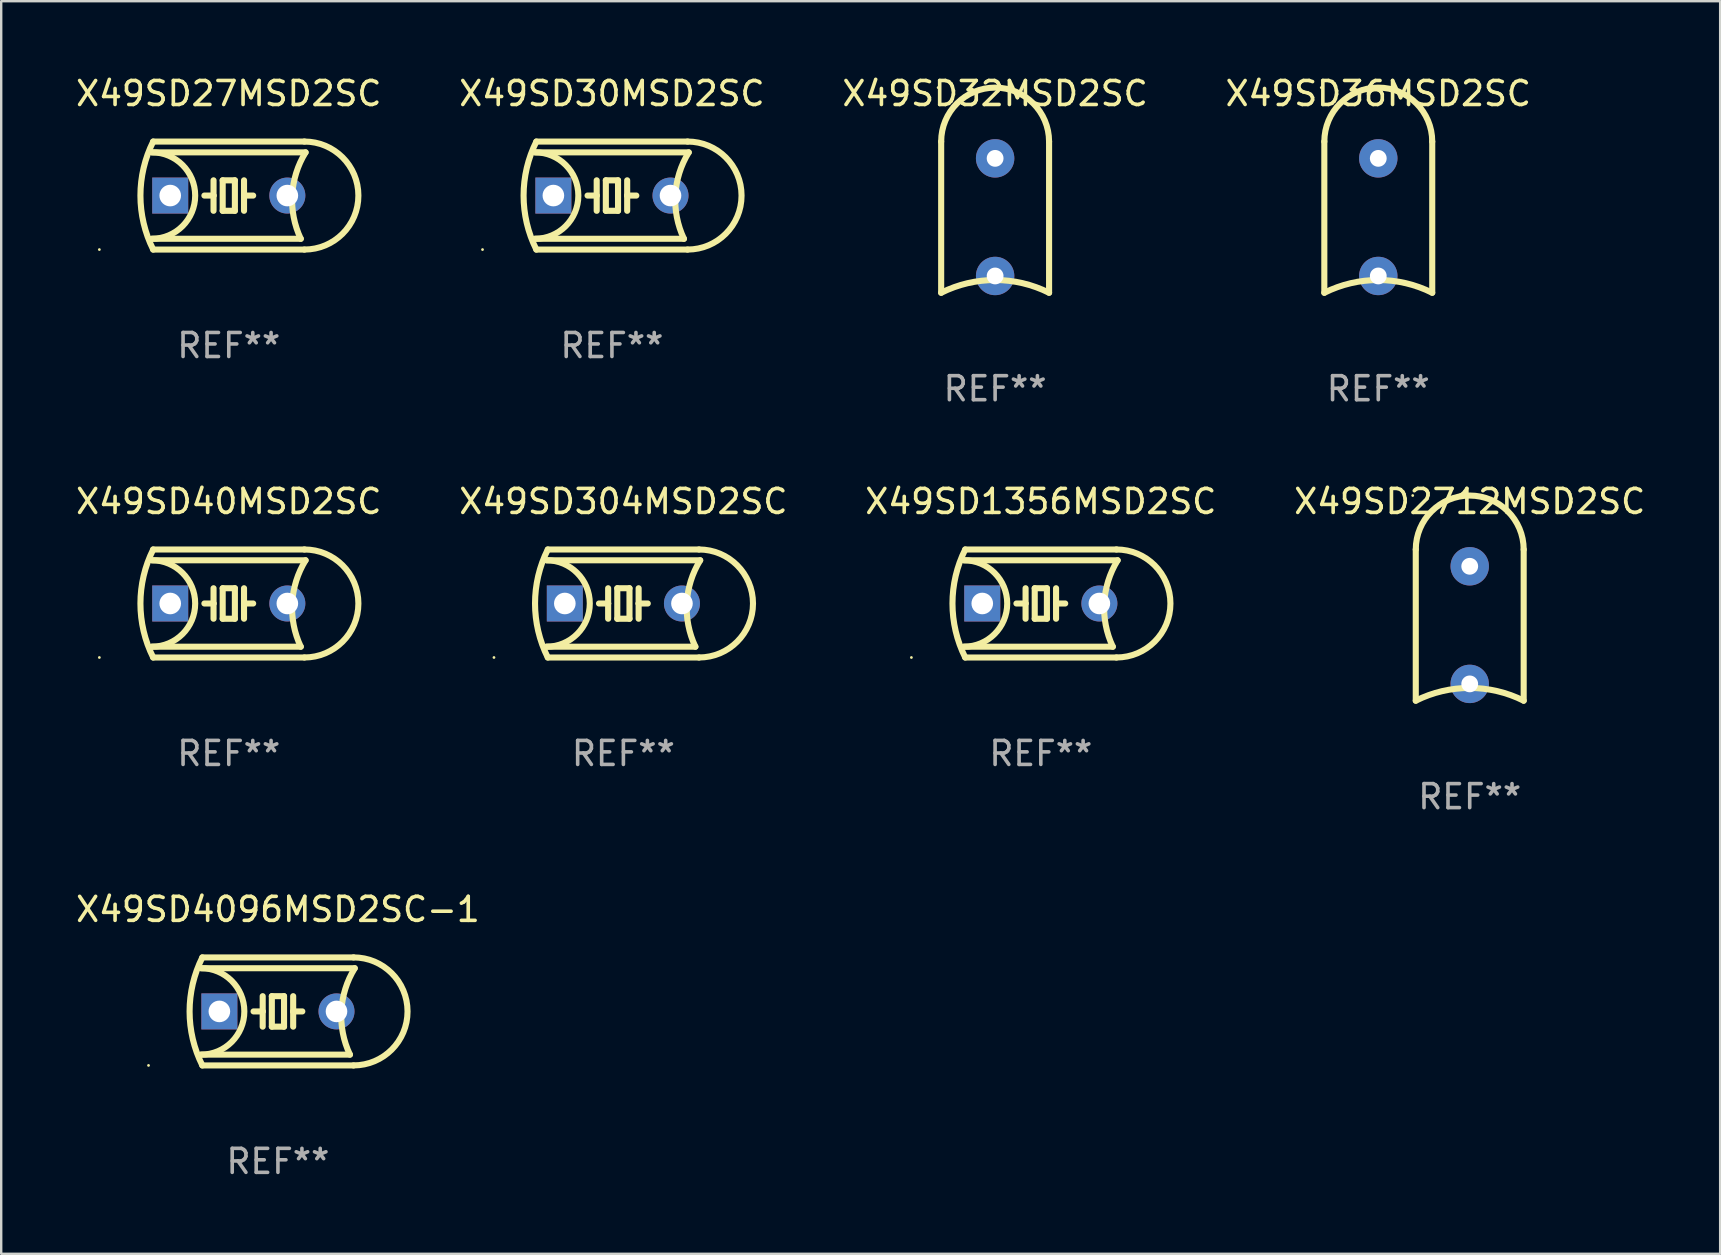
<source format=kicad_pcb>
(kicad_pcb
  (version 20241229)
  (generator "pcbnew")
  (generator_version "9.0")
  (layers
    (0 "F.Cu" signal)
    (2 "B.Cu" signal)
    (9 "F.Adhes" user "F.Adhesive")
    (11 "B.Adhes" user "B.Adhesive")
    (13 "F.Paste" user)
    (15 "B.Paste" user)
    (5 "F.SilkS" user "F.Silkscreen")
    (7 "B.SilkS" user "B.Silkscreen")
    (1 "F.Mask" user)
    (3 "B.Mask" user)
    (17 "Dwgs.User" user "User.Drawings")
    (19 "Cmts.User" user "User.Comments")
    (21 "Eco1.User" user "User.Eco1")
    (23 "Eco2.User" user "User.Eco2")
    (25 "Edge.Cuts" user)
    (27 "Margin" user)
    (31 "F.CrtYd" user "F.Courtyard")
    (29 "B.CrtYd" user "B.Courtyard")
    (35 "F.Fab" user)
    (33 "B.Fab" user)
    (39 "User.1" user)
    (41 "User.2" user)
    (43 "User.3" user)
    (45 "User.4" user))
  (footprint "X49SD304MSD2SC"
    (layer "F.Cu")
    (at 22.923 22.094)
    (property "Reference" "X49SD304MSD2SC" (at 0 -4.25 0) (layer "F.SilkS") (effects (font (size 1 1) (thickness 0.15))))
    (attr through_hole)
    (fp_line (start -3.2 -1.8) (end 3.2 -1.8) (stroke (width 0.254) (type solid)) (layer "F.SilkS"))
    (fp_line (start -3.15 2.25) (end 3.15 2.25) (stroke (width 0.254) (type solid)) (layer "F.SilkS"))
    (fp_line (start -0.635 -0.635) (end -0.635 0) (stroke (width 0.254) (type solid)) (layer "F.SilkS"))
    (fp_line (start -0.635 0) (end -1.016 0) (stroke (width 0.254) (type solid)) (layer "F.SilkS"))
    (fp_line (start -0.635 0) (end -0.635 0.635) (stroke (width 0.254) (type solid)) (layer "F.SilkS"))
    (fp_line (start -0.254 -0.635) (end -0.254 0.635) (stroke (width 0.254) (type solid)) (layer "F.SilkS"))
    (fp_line (start -0.254 0.635) (end 0.254 0.635) (stroke (width 0.254) (type solid)) (layer "F.SilkS"))
    (fp_line (start 0.254 -0.635) (end -0.254 -0.635) (stroke (width 0.254) (type solid)) (layer "F.SilkS"))
    (fp_line (start 0.254 0.635) (end 0.254 -0.635) (stroke (width 0.254) (type solid)) (layer "F.SilkS"))
    (fp_line (start 0.635 -0.635) (end 0.635 0) (stroke (width 0.254) (type solid)) (layer "F.SilkS"))
    (fp_line (start 0.635 0) (end 0.635 0.635) (stroke (width 0.254) (type solid)) (layer "F.SilkS"))
    (fp_line (start 0.635 0) (end 1.016 0) (stroke (width 0.254) (type solid)) (layer "F.SilkS"))
    (fp_line (start 3 1.8) (end -3.2 1.8) (stroke (width 0.254) (type solid)) (layer "F.SilkS"))
    (fp_line (start 3.15 -2.25) (end -3.15 -2.25) (stroke (width 0.254) (type solid)) (layer "F.SilkS"))
    (fp_arc (start -3.200406 -1.800864) (mid -1.399974 -0.000635) (end -3.2 1.8) (stroke (width 0.254001) (type solid)) (layer "F.SilkS"))
    (fp_arc (start -3.149606 2.250444) (mid -3.680941 0.000261) (end -3.149987 -2.250013) (stroke (width 0.254001) (type solid)) (layer "F.SilkS"))
    (fp_arc (start 2.999746 1.800863) (mid 2.642982 -0.024977) (end 3.2 -1.8) (stroke (width 0.254001) (type solid)) (layer "F.SilkS"))
    (fp_arc (start 3.149607 -2.250445) (mid 5.399848 -0.000406) (end 3.149987 2.250013) (stroke (width 0.254001) (type solid)) (layer "F.SilkS"))
    (fp_circle (center -5.392 2.25) (end -5.362 2.25) (stroke (width 0.06) (type solid)) (fill no) (layer "F.SilkS"))
    (fp_text user "REF**" (at 0 6.25 0) (layer "F.Fab") (effects (font (size 1 1) (thickness 0.15))))
    (pad "1" thru_hole rect (at -2.44 0) (size 1.5 1.5) (drill 0.9) (layers "*.Cu" "*.Mask"))
    (pad "2" thru_hole circle (at 2.44 0) (size 1.5 1.5) (drill 0.9) (layers "*.Cu" "*.Mask")))
  (footprint "X49SD4096MSD2SC-1"
    (layer "F.Cu")
    (at 8.53 39.09)
    (property "Reference" "X49SD4096MSD2SC-1" (at 0 -4.25 0) (layer "F.SilkS") (effects (font (size 1 1) (thickness 0.15))))
    (attr through_hole)
    (fp_line (start -3.2 -1.8) (end 3.2 -1.8) (stroke (width 0.254) (type solid)) (layer "F.SilkS"))
    (fp_line (start -3.15 2.25) (end 3.15 2.25) (stroke (width 0.254) (type solid)) (layer "F.SilkS"))
    (fp_line (start -0.635 -0.635) (end -0.635 0) (stroke (width 0.254) (type solid)) (layer "F.SilkS"))
    (fp_line (start -0.635 0) (end -1.016 0) (stroke (width 0.254) (type solid)) (layer "F.SilkS"))
    (fp_line (start -0.635 0) (end -0.635 0.635) (stroke (width 0.254) (type solid)) (layer "F.SilkS"))
    (fp_line (start -0.254 -0.635) (end -0.254 0.635) (stroke (width 0.254) (type solid)) (layer "F.SilkS"))
    (fp_line (start -0.254 0.635) (end 0.254 0.635) (stroke (width 0.254) (type solid)) (layer "F.SilkS"))
    (fp_line (start 0.254 -0.635) (end -0.254 -0.635) (stroke (width 0.254) (type solid)) (layer "F.SilkS"))
    (fp_line (start 0.254 0.635) (end 0.254 -0.635) (stroke (width 0.254) (type solid)) (layer "F.SilkS"))
    (fp_line (start 0.635 -0.635) (end 0.635 0) (stroke (width 0.254) (type solid)) (layer "F.SilkS"))
    (fp_line (start 0.635 0) (end 0.635 0.635) (stroke (width 0.254) (type solid)) (layer "F.SilkS"))
    (fp_line (start 0.635 0) (end 1.016 0) (stroke (width 0.254) (type solid)) (layer "F.SilkS"))
    (fp_line (start 3 1.8) (end -3.2 1.8) (stroke (width 0.254) (type solid)) (layer "F.SilkS"))
    (fp_line (start 3.15 -2.25) (end -3.15 -2.25) (stroke (width 0.254) (type solid)) (layer "F.SilkS"))
    (fp_arc (start -3.200406 -1.800864) (mid -1.399974 -0.000635) (end -3.2 1.8) (stroke (width 0.254001) (type solid)) (layer "F.SilkS"))
    (fp_arc (start -3.149606 2.250444) (mid -3.680941 0.000261) (end -3.149987 -2.250013) (stroke (width 0.254001) (type solid)) (layer "F.SilkS"))
    (fp_arc (start 2.999746 1.800863) (mid 2.642982 -0.024977) (end 3.2 -1.8) (stroke (width 0.254001) (type solid)) (layer "F.SilkS"))
    (fp_arc (start 3.149607 -2.250445) (mid 5.399848 -0.000406) (end 3.149987 2.250013) (stroke (width 0.254001) (type solid)) (layer "F.SilkS"))
    (fp_circle (center -5.392 2.25) (end -5.362 2.25) (stroke (width 0.06) (type solid)) (fill no) (layer "F.SilkS"))
    (fp_text user "REF**" (at 0 6.25 0) (layer "F.Fab") (effects (font (size 1 1) (thickness 0.15))))
    (pad "1" thru_hole rect (at -2.44 0) (size 1.5 1.5) (drill 0.9) (layers "*.Cu" "*.Mask"))
    (pad "2" thru_hole circle (at 2.44 0) (size 1.5 1.5) (drill 0.9) (layers "*.Cu" "*.Mask")))
  (footprint "X49SD40MSD2SC"
    (layer "F.Cu")
    (at 6.482 22.094)
    (property "Reference" "X49SD40MSD2SC" (at 0 -4.25 0) (layer "F.SilkS") (effects (font (size 1 1) (thickness 0.15))))
    (attr through_hole)
    (fp_line (start -3.2 -1.8) (end 3.2 -1.8) (stroke (width 0.254) (type solid)) (layer "F.SilkS"))
    (fp_line (start -3.15 2.25) (end 3.15 2.25) (stroke (width 0.254) (type solid)) (layer "F.SilkS"))
    (fp_line (start -0.635 -0.635) (end -0.635 0) (stroke (width 0.254) (type solid)) (layer "F.SilkS"))
    (fp_line (start -0.635 0) (end -1.016 0) (stroke (width 0.254) (type solid)) (layer "F.SilkS"))
    (fp_line (start -0.635 0) (end -0.635 0.635) (stroke (width 0.254) (type solid)) (layer "F.SilkS"))
    (fp_line (start -0.254 -0.635) (end -0.254 0.635) (stroke (width 0.254) (type solid)) (layer "F.SilkS"))
    (fp_line (start -0.254 0.635) (end 0.254 0.635) (stroke (width 0.254) (type solid)) (layer "F.SilkS"))
    (fp_line (start 0.254 -0.635) (end -0.254 -0.635) (stroke (width 0.254) (type solid)) (layer "F.SilkS"))
    (fp_line (start 0.254 0.635) (end 0.254 -0.635) (stroke (width 0.254) (type solid)) (layer "F.SilkS"))
    (fp_line (start 0.635 -0.635) (end 0.635 0) (stroke (width 0.254) (type solid)) (layer "F.SilkS"))
    (fp_line (start 0.635 0) (end 0.635 0.635) (stroke (width 0.254) (type solid)) (layer "F.SilkS"))
    (fp_line (start 0.635 0) (end 1.016 0) (stroke (width 0.254) (type solid)) (layer "F.SilkS"))
    (fp_line (start 3 1.8) (end -3.2 1.8) (stroke (width 0.254) (type solid)) (layer "F.SilkS"))
    (fp_line (start 3.15 -2.25) (end -3.15 -2.25) (stroke (width 0.254) (type solid)) (layer "F.SilkS"))
    (fp_arc (start -3.200406 -1.800864) (mid -1.399974 -0.000635) (end -3.2 1.8) (stroke (width 0.254001) (type solid)) (layer "F.SilkS"))
    (fp_arc (start -3.149606 2.250444) (mid -3.680941 0.000261) (end -3.149987 -2.250013) (stroke (width 0.254001) (type solid)) (layer "F.SilkS"))
    (fp_arc (start 2.999746 1.800863) (mid 2.642982 -0.024977) (end 3.2 -1.8) (stroke (width 0.254001) (type solid)) (layer "F.SilkS"))
    (fp_arc (start 3.149607 -2.250445) (mid 5.399848 -0.000406) (end 3.149987 2.250013) (stroke (width 0.254001) (type solid)) (layer "F.SilkS"))
    (fp_circle (center -5.392 2.25) (end -5.362 2.25) (stroke (width 0.06) (type solid)) (fill no) (layer "F.SilkS"))
    (fp_text user "REF**" (at 0 6.25 0) (layer "F.Fab") (effects (font (size 1 1) (thickness 0.15))))
    (pad "1" thru_hole rect (at -2.44 0) (size 1.5 1.5) (drill 0.9) (layers "*.Cu" "*.Mask"))
    (pad "2" thru_hole circle (at 2.44 0) (size 1.5 1.5) (drill 0.9) (layers "*.Cu" "*.Mask")))
  (footprint "X49SD36MSD2SC"
    (layer "F.Cu")
    (at 54.375 5.998)
    (property "Reference" "X49SD36MSD2SC" (at 0 -5.15 0) (layer "F.SilkS") (effects (font (size 1 1) (thickness 0.15))))
    (attr through_hole)
    (fp_line (start -2.248 3.15) (end -2.248 -3.15) (stroke (width 0.254) (type solid)) (layer "F.SilkS"))
    (fp_line (start 2.248 3.15) (end 2.248 -3.15) (stroke (width 0.254) (type solid)) (layer "F.SilkS"))
    (fp_arc (start -2.247904 -3.149606) (mid 0 -5.39751) (end 2.247904 -3.149606) (stroke (width 0.254001) (type solid)) (layer "F.SilkS"))
    (fp_arc (start -2.247904 3.149606) (mid 0 2.618948) (end 2.247905 3.149606) (stroke (width 0.254001) (type solid)) (layer "F.SilkS"))
    (fp_circle (center -2.375 -5.398) (end -2.345 -5.398) (stroke (width 0.06) (type solid)) (fill no) (layer "F.SilkS"))
    (fp_text user "REF**" (at 0 7.15 0) (layer "F.Fab") (effects (font (size 1 1) (thickness 0.15))))
    (pad "1" thru_hole circle (at 0 -2.45) (size 1.6 1.6) (drill 0.7) (layers "*.Cu" "*.Mask"))
    (pad "2" thru_hole circle (at 0 2.45) (size 1.6 1.6) (drill 0.7) (layers "*.Cu" "*.Mask")))
  (footprint "X49SD2712MSD2SC"
    (layer "F.Cu")
    (at 58.185 22.994)
    (property "Reference" "X49SD2712MSD2SC" (at 0 -5.15 0) (layer "F.SilkS") (effects (font (size 1 1) (thickness 0.15))))
    (attr through_hole)
    (fp_line (start -2.248 3.15) (end -2.248 -3.15) (stroke (width 0.254) (type solid)) (layer "F.SilkS"))
    (fp_line (start 2.248 3.15) (end 2.248 -3.15) (stroke (width 0.254) (type solid)) (layer "F.SilkS"))
    (fp_arc (start -2.247904 -3.149606) (mid 0 -5.39751) (end 2.247904 -3.149606) (stroke (width 0.254001) (type solid)) (layer "F.SilkS"))
    (fp_arc (start -2.247904 3.149606) (mid 0 2.618948) (end 2.247905 3.149606) (stroke (width 0.254001) (type solid)) (layer "F.SilkS"))
    (fp_circle (center -2.375 -5.398) (end -2.345 -5.398) (stroke (width 0.06) (type solid)) (fill no) (layer "F.SilkS"))
    (fp_text user "REF**" (at 0 7.15 0) (layer "F.Fab") (effects (font (size 1 1) (thickness 0.15))))
    (pad "1" thru_hole circle (at 0 -2.45) (size 1.6 1.6) (drill 0.7) (layers "*.Cu" "*.Mask"))
    (pad "2" thru_hole circle (at 0 2.45) (size 1.6 1.6) (drill 0.7) (layers "*.Cu" "*.Mask")))
  (footprint "X49SD27MSD2SC"
    (layer "F.Cu")
    (at 6.482 5.098)
    (property "Reference" "X49SD27MSD2SC" (at 0 -4.25 0) (layer "F.SilkS") (effects (font (size 1 1) (thickness 0.15))))
    (attr through_hole)
    (fp_line (start -3.2 -1.8) (end 3.2 -1.8) (stroke (width 0.254) (type solid)) (layer "F.SilkS"))
    (fp_line (start -3.15 2.25) (end 3.15 2.25) (stroke (width 0.254) (type solid)) (layer "F.SilkS"))
    (fp_line (start -0.635 -0.635) (end -0.635 0) (stroke (width 0.254) (type solid)) (layer "F.SilkS"))
    (fp_line (start -0.635 0) (end -1.016 0) (stroke (width 0.254) (type solid)) (layer "F.SilkS"))
    (fp_line (start -0.635 0) (end -0.635 0.635) (stroke (width 0.254) (type solid)) (layer "F.SilkS"))
    (fp_line (start -0.254 -0.635) (end -0.254 0.635) (stroke (width 0.254) (type solid)) (layer "F.SilkS"))
    (fp_line (start -0.254 0.635) (end 0.254 0.635) (stroke (width 0.254) (type solid)) (layer "F.SilkS"))
    (fp_line (start 0.254 -0.635) (end -0.254 -0.635) (stroke (width 0.254) (type solid)) (layer "F.SilkS"))
    (fp_line (start 0.254 0.635) (end 0.254 -0.635) (stroke (width 0.254) (type solid)) (layer "F.SilkS"))
    (fp_line (start 0.635 -0.635) (end 0.635 0) (stroke (width 0.254) (type solid)) (layer "F.SilkS"))
    (fp_line (start 0.635 0) (end 0.635 0.635) (stroke (width 0.254) (type solid)) (layer "F.SilkS"))
    (fp_line (start 0.635 0) (end 1.016 0) (stroke (width 0.254) (type solid)) (layer "F.SilkS"))
    (fp_line (start 3 1.8) (end -3.2 1.8) (stroke (width 0.254) (type solid)) (layer "F.SilkS"))
    (fp_line (start 3.15 -2.25) (end -3.15 -2.25) (stroke (width 0.254) (type solid)) (layer "F.SilkS"))
    (fp_arc (start -3.200406 -1.800864) (mid -1.399974 -0.000635) (end -3.2 1.8) (stroke (width 0.254001) (type solid)) (layer "F.SilkS"))
    (fp_arc (start -3.149606 2.250444) (mid -3.680941 0.000261) (end -3.149987 -2.250013) (stroke (width 0.254001) (type solid)) (layer "F.SilkS"))
    (fp_arc (start 2.999746 1.800863) (mid 2.642982 -0.024977) (end 3.2 -1.8) (stroke (width 0.254001) (type solid)) (layer "F.SilkS"))
    (fp_arc (start 3.149607 -2.250445) (mid 5.399848 -0.000406) (end 3.149987 2.250013) (stroke (width 0.254001) (type solid)) (layer "F.SilkS"))
    (fp_circle (center -5.392 2.25) (end -5.362 2.25) (stroke (width 0.06) (type solid)) (fill no) (layer "F.SilkS"))
    (fp_text user "REF**" (at 0 6.25 0) (layer "F.Fab") (effects (font (size 1 1) (thickness 0.15))))
    (pad "1" thru_hole rect (at -2.44 0) (size 1.5 1.5) (drill 0.9) (layers "*.Cu" "*.Mask"))
    (pad "2" thru_hole circle (at 2.44 0) (size 1.5 1.5) (drill 0.9) (layers "*.Cu" "*.Mask")))
  (footprint "X49SD32MSD2SC"
    (layer "F.Cu")
    (at 38.411 5.998)
    (property "Reference" "X49SD32MSD2SC" (at 0 -5.15 0) (layer "F.SilkS") (effects (font (size 1 1) (thickness 0.15))))
    (attr through_hole)
    (fp_line (start -2.248 3.15) (end -2.248 -3.15) (stroke (width 0.254) (type solid)) (layer "F.SilkS"))
    (fp_line (start 2.248 3.15) (end 2.248 -3.15) (stroke (width 0.254) (type solid)) (layer "F.SilkS"))
    (fp_arc (start -2.247904 -3.149606) (mid 0 -5.39751) (end 2.247904 -3.149606) (stroke (width 0.254001) (type solid)) (layer "F.SilkS"))
    (fp_arc (start -2.247904 3.149606) (mid 0 2.618948) (end 2.247905 3.149606) (stroke (width 0.254001) (type solid)) (layer "F.SilkS"))
    (fp_circle (center -2.375 -5.398) (end -2.345 -5.398) (stroke (width 0.06) (type solid)) (fill no) (layer "F.SilkS"))
    (fp_text user "REF**" (at 0 7.15 0) (layer "F.Fab") (effects (font (size 1 1) (thickness 0.15))))
    (pad "1" thru_hole circle (at 0 -2.45) (size 1.6 1.6) (drill 0.7) (layers "*.Cu" "*.Mask"))
    (pad "2" thru_hole circle (at 0 2.45) (size 1.6 1.6) (drill 0.7) (layers "*.Cu" "*.Mask")))
  (footprint "X49SD1356MSD2SC"
    (layer "F.Cu")
    (at 40.315 22.094)
    (property "Reference" "X49SD1356MSD2SC" (at 0 -4.25 0) (layer "F.SilkS") (effects (font (size 1 1) (thickness 0.15))))
    (attr through_hole)
    (fp_line (start -3.2 -1.8) (end 3.2 -1.8) (stroke (width 0.254) (type solid)) (layer "F.SilkS"))
    (fp_line (start -3.15 2.25) (end 3.15 2.25) (stroke (width 0.254) (type solid)) (layer "F.SilkS"))
    (fp_line (start -0.635 -0.635) (end -0.635 0) (stroke (width 0.254) (type solid)) (layer "F.SilkS"))
    (fp_line (start -0.635 0) (end -1.016 0) (stroke (width 0.254) (type solid)) (layer "F.SilkS"))
    (fp_line (start -0.635 0) (end -0.635 0.635) (stroke (width 0.254) (type solid)) (layer "F.SilkS"))
    (fp_line (start -0.254 -0.635) (end -0.254 0.635) (stroke (width 0.254) (type solid)) (layer "F.SilkS"))
    (fp_line (start -0.254 0.635) (end 0.254 0.635) (stroke (width 0.254) (type solid)) (layer "F.SilkS"))
    (fp_line (start 0.254 -0.635) (end -0.254 -0.635) (stroke (width 0.254) (type solid)) (layer "F.SilkS"))
    (fp_line (start 0.254 0.635) (end 0.254 -0.635) (stroke (width 0.254) (type solid)) (layer "F.SilkS"))
    (fp_line (start 0.635 -0.635) (end 0.635 0) (stroke (width 0.254) (type solid)) (layer "F.SilkS"))
    (fp_line (start 0.635 0) (end 0.635 0.635) (stroke (width 0.254) (type solid)) (layer "F.SilkS"))
    (fp_line (start 0.635 0) (end 1.016 0) (stroke (width 0.254) (type solid)) (layer "F.SilkS"))
    (fp_line (start 3 1.8) (end -3.2 1.8) (stroke (width 0.254) (type solid)) (layer "F.SilkS"))
    (fp_line (start 3.15 -2.25) (end -3.15 -2.25) (stroke (width 0.254) (type solid)) (layer "F.SilkS"))
    (fp_arc (start -3.200406 -1.800864) (mid -1.399974 -0.000635) (end -3.2 1.8) (stroke (width 0.254001) (type solid)) (layer "F.SilkS"))
    (fp_arc (start -3.149606 2.250444) (mid -3.680941 0.000261) (end -3.149987 -2.250013) (stroke (width 0.254001) (type solid)) (layer "F.SilkS"))
    (fp_arc (start 2.999746 1.800863) (mid 2.642982 -0.024977) (end 3.2 -1.8) (stroke (width 0.254001) (type solid)) (layer "F.SilkS"))
    (fp_arc (start 3.149607 -2.250445) (mid 5.399848 -0.000406) (end 3.149987 2.250013) (stroke (width 0.254001) (type solid)) (layer "F.SilkS"))
    (fp_circle (center -5.392 2.25) (end -5.362 2.25) (stroke (width 0.06) (type solid)) (fill no) (layer "F.SilkS"))
    (fp_text user "REF**" (at 0 6.25 0) (layer "F.Fab") (effects (font (size 1 1) (thickness 0.15))))
    (pad "1" thru_hole rect (at -2.44 0) (size 1.5 1.5) (drill 0.9) (layers "*.Cu" "*.Mask"))
    (pad "2" thru_hole circle (at 2.44 0) (size 1.5 1.5) (drill 0.9) (layers "*.Cu" "*.Mask")))
  (footprint "X49SD30MSD2SC"
    (layer "F.Cu")
    (at 22.446 5.098)
    (property "Reference" "X49SD30MSD2SC" (at 0 -4.25 0) (layer "F.SilkS") (effects (font (size 1 1) (thickness 0.15))))
    (attr through_hole)
    (fp_line (start -3.2 -1.8) (end 3.2 -1.8) (stroke (width 0.254) (type solid)) (layer "F.SilkS"))
    (fp_line (start -3.15 2.25) (end 3.15 2.25) (stroke (width 0.254) (type solid)) (layer "F.SilkS"))
    (fp_line (start -0.635 -0.635) (end -0.635 0) (stroke (width 0.254) (type solid)) (layer "F.SilkS"))
    (fp_line (start -0.635 0) (end -1.016 0) (stroke (width 0.254) (type solid)) (layer "F.SilkS"))
    (fp_line (start -0.635 0) (end -0.635 0.635) (stroke (width 0.254) (type solid)) (layer "F.SilkS"))
    (fp_line (start -0.254 -0.635) (end -0.254 0.635) (stroke (width 0.254) (type solid)) (layer "F.SilkS"))
    (fp_line (start -0.254 0.635) (end 0.254 0.635) (stroke (width 0.254) (type solid)) (layer "F.SilkS"))
    (fp_line (start 0.254 -0.635) (end -0.254 -0.635) (stroke (width 0.254) (type solid)) (layer "F.SilkS"))
    (fp_line (start 0.254 0.635) (end 0.254 -0.635) (stroke (width 0.254) (type solid)) (layer "F.SilkS"))
    (fp_line (start 0.635 -0.635) (end 0.635 0) (stroke (width 0.254) (type solid)) (layer "F.SilkS"))
    (fp_line (start 0.635 0) (end 0.635 0.635) (stroke (width 0.254) (type solid)) (layer "F.SilkS"))
    (fp_line (start 0.635 0) (end 1.016 0) (stroke (width 0.254) (type solid)) (layer "F.SilkS"))
    (fp_line (start 3 1.8) (end -3.2 1.8) (stroke (width 0.254) (type solid)) (layer "F.SilkS"))
    (fp_line (start 3.15 -2.25) (end -3.15 -2.25) (stroke (width 0.254) (type solid)) (layer "F.SilkS"))
    (fp_arc (start -3.200406 -1.800864) (mid -1.399974 -0.000635) (end -3.2 1.8) (stroke (width 0.254001) (type solid)) (layer "F.SilkS"))
    (fp_arc (start -3.149606 2.250444) (mid -3.680941 0.000261) (end -3.149987 -2.250013) (stroke (width 0.254001) (type solid)) (layer "F.SilkS"))
    (fp_arc (start 2.999746 1.800863) (mid 2.642982 -0.024977) (end 3.2 -1.8) (stroke (width 0.254001) (type solid)) (layer "F.SilkS"))
    (fp_arc (start 3.149607 -2.250445) (mid 5.399848 -0.000406) (end 3.149987 2.250013) (stroke (width 0.254001) (type solid)) (layer "F.SilkS"))
    (fp_circle (center -5.392 2.25) (end -5.362 2.25) (stroke (width 0.06) (type solid)) (fill no) (layer "F.SilkS"))
    (fp_text user "REF**" (at 0 6.25 0) (layer "F.Fab") (effects (font (size 1 1) (thickness 0.15))))
    (pad "1" thru_hole rect (at -2.44 0) (size 1.5 1.5) (drill 0.9) (layers "*.Cu" "*.Mask"))
    (pad "2" thru_hole circle (at 2.44 0) (size 1.5 1.5) (drill 0.9) (layers "*.Cu" "*.Mask")))
  (gr_rect
    (start -3 -3)
    (end 68.619 49.188)
    (stroke (width 0.1) (type default))
    (fill no)
    (layer "Edge.Cuts")))
</source>
